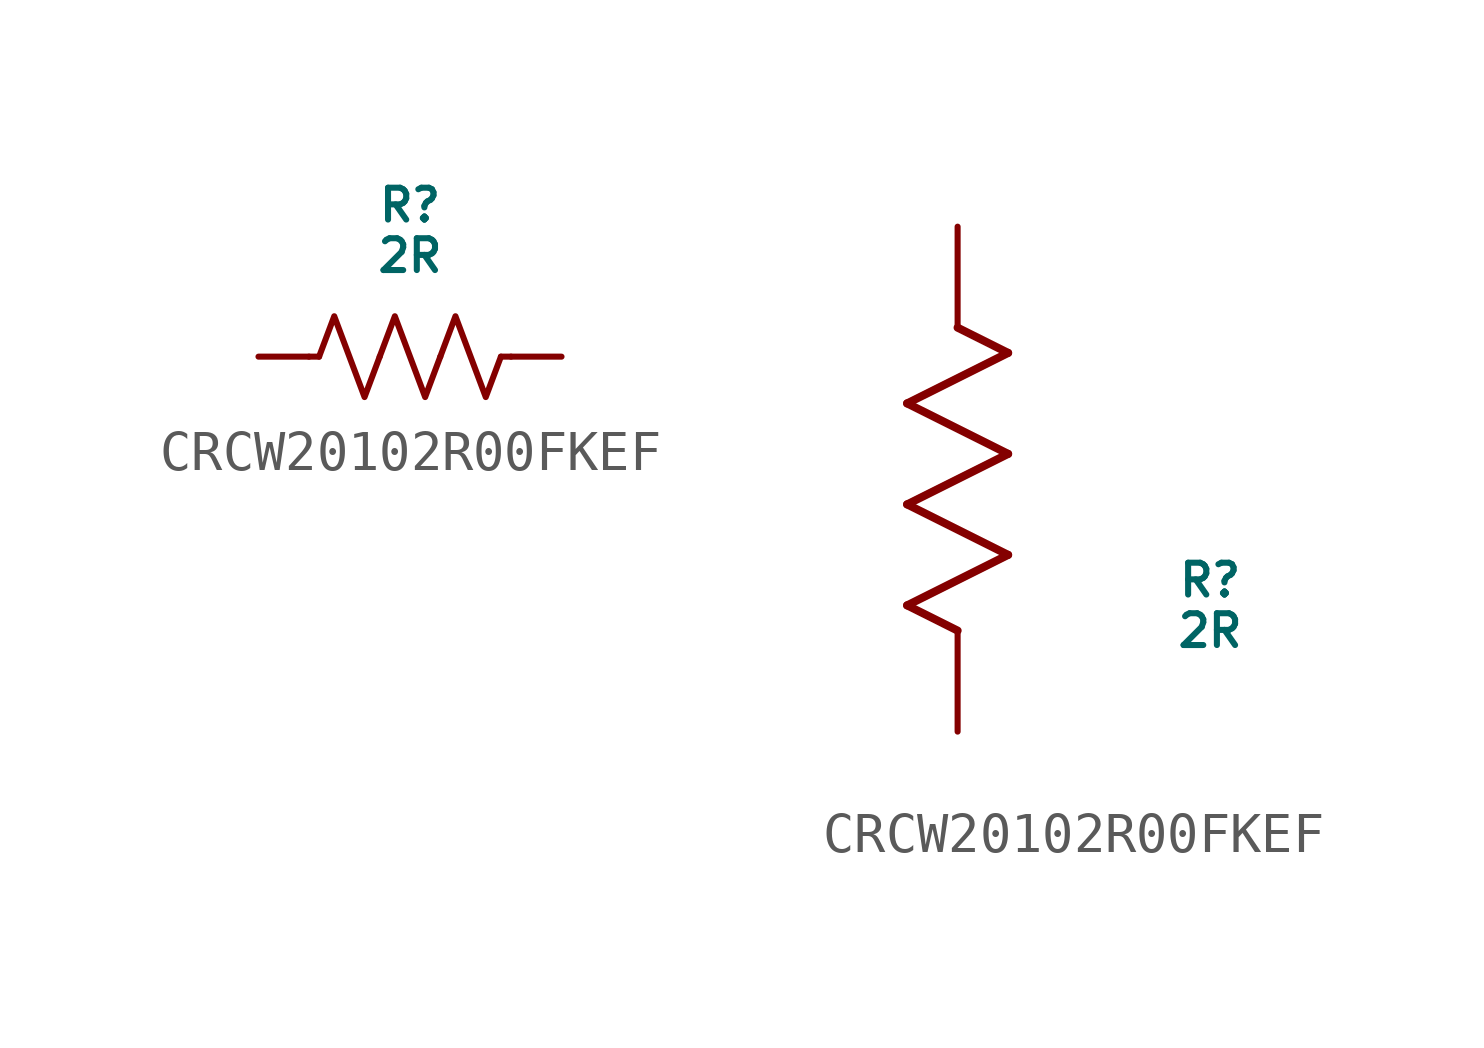
<source format=kicad_sym>
(kicad_symbol_lib
  (version 20220914)
  (generator kicad_symbol_editor)
  (symbol "CRCW20102R00FKEF"
    (pin_numbers hide)
    (pin_names
      (offset 0.254))
    (property "Reference" "R"
      (at 6.35 3.81 0)
      (do_not_autoplace)
      (effects (font (size 0.8 0.8))))
    (property "Value" "2R"
      (at 6.35 2.54 0)
      (do_not_autoplace)
      (effects (font (size 0.8 0.8))))
    (symbol "CRCW20102R00FKEF_0_1"
      (polyline (pts (xy 4.064 0) (xy 3.81 0)) (stroke (width 0) (type default)) (fill (type none)))
      (polyline (pts (xy 8.636 0) (xy 8.89 0)) (stroke (width 0) (type default)) (fill (type none)))
      (polyline (pts (xy 4.064 0) (xy 4.445 1.016) (xy 4.826 0) (xy 5.207 -1.016) (xy 5.588 0)) (stroke (width 0) (type default)) (fill (type none)))
      (polyline (pts (xy 5.588 0) (xy 5.969 1.016) (xy 6.35 0) (xy 6.731 -1.016) (xy 7.112 0)) (stroke (width 0) (type default)) (fill (type none)))
      (polyline (pts (xy 7.112 0) (xy 7.493 1.016) (xy 7.874 0) (xy 8.255 -1.016) (xy 8.636 0)) (stroke (width 0) (type default)) (fill (type none))))
    (symbol "CRCW20102R00FKEF_1_1"
      (pin passive line (at 2.54 0 0) (length 1.27) (name "" (effects (font (size 1.27 1.27)))) (number "1" (effects (font (size 1.27 1.27)))))
      (pin passive line (at 10.16 0 180) (length 1.27) (name "" (effects (font (size 1.27 1.27)))) (number "2" (effects (font (size 1.27 1.27))))))
    (symbol "CRCW20102R00FKEF_1_2"
      (polyline (pts (xy -1.27 3.175) (xy 1.27 4.445)) (stroke (width 0.203) (type default)) (fill (type none)))
      (polyline (pts (xy -1.27 5.715) (xy 1.27 6.985)) (stroke (width 0.203) (type default)) (fill (type none)))
      (polyline (pts (xy -1.27 8.255) (xy 1.27 9.525)) (stroke (width 0.203) (type default)) (fill (type none)))
      (polyline (pts (xy 0 2.54) (xy -1.27 3.175)) (stroke (width 0.203) (type default)) (fill (type none)))
      (polyline (pts (xy 1.27 4.445) (xy -1.27 5.715)) (stroke (width 0.203) (type default)) (fill (type none)))
      (polyline (pts (xy 1.27 6.985) (xy -1.27 8.255)) (stroke (width 0.203) (type default)) (fill (type none)))
      (polyline (pts (xy 1.27 9.525) (xy 0 10.16)) (stroke (width 0.203) (type default)) (fill (type none)))
      (pin unspecified line (at 0 12.7 270) (length 2.54) (name "" (effects (font (size 1.27 1.27)))) (number "1" (effects (font (size 1.27 1.27)))))
      (pin unspecified line (at 0 0 90) (length 2.54) (name "" (effects (font (size 1.27 1.27)))) (number "2" (effects (font (size 1.27 1.27))))))))
</source>
